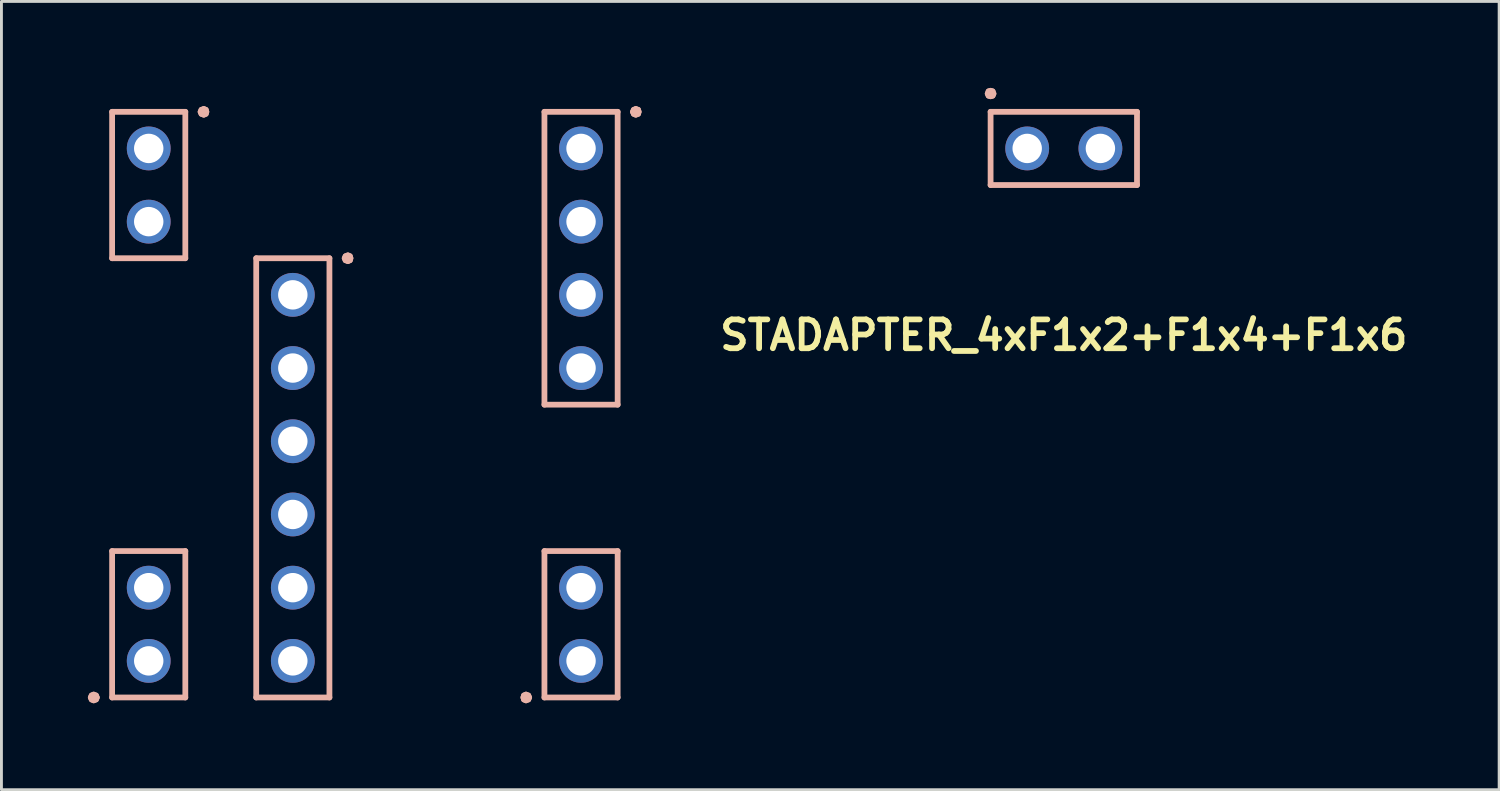
<source format=kicad_pcb>
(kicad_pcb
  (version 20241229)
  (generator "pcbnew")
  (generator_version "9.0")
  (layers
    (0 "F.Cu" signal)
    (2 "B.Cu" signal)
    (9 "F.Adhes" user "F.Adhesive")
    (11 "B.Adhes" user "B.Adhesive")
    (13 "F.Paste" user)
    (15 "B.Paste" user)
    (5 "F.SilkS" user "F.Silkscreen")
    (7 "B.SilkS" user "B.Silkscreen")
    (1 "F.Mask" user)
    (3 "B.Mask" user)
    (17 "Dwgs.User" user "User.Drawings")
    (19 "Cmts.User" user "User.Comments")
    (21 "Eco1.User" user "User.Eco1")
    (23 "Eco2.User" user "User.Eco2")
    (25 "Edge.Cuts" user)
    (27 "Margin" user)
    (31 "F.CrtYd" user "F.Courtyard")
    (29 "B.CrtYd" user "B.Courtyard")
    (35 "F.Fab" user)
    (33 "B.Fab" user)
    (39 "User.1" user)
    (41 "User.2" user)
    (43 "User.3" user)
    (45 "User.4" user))
  (footprint "STADAPTER_4xF1x2+F1x4+F1x6"
    (layer "F.Cu")
    (at 33.86 10.58)
    (property "Reference" "STADAPTER_4xF1x2+F1x4+F1x6" (at 0 -2 0) (layer "F.SilkS") (effects (font (size 1 1) (thickness 0.2))))
    (attr through_hole)
    (fp_line (start -33.76 10.57) (end -33.73 10.64) (stroke (width 0.2) (type solid)) (layer "B.SilkS"))
    (fp_line (start -33.73 10.5) (end -33.76 10.57) (stroke (width 0.2) (type solid)) (layer "B.SilkS"))
    (fp_line (start -33.73 10.64) (end -33.66 10.67) (stroke (width 0.2) (type solid)) (layer "B.SilkS"))
    (fp_line (start -33.66 10.47) (end -33.73 10.5) (stroke (width 0.2) (type solid)) (layer "B.SilkS"))
    (fp_line (start -33.66 10.67) (end -33.58 10.64) (stroke (width 0.2) (type solid)) (layer "B.SilkS"))
    (fp_line (start -33.58 10.5) (end -33.66 10.47) (stroke (width 0.2) (type solid)) (layer "B.SilkS"))
    (fp_line (start -33.58 10.64) (end -33.55 10.57) (stroke (width 0.2) (type solid)) (layer "B.SilkS"))
    (fp_line (start -33.55 10.57) (end -33.58 10.5) (stroke (width 0.2) (type solid)) (layer "B.SilkS"))
    (fp_line (start -33.02 -9.75) (end -33.02 -4.67) (stroke (width 0.2) (type solid)) (layer "B.SilkS"))
    (fp_line (start -33.02 -4.67) (end -30.48 -4.67) (stroke (width 0.2) (type solid)) (layer "B.SilkS"))
    (fp_line (start -33.02 5.49) (end -33.02 10.57) (stroke (width 0.2) (type solid)) (layer "B.SilkS"))
    (fp_line (start -33.02 10.57) (end -30.48 10.57) (stroke (width 0.2) (type solid)) (layer "B.SilkS"))
    (fp_line (start -30.48 -9.75) (end -33.02 -9.75) (stroke (width 0.2) (type solid)) (layer "B.SilkS"))
    (fp_line (start -30.48 -4.67) (end -30.48 -9.75) (stroke (width 0.2) (type solid)) (layer "B.SilkS"))
    (fp_line (start -30.48 5.49) (end -33.02 5.49) (stroke (width 0.2) (type solid)) (layer "B.SilkS"))
    (fp_line (start -30.48 10.57) (end -30.48 5.49) (stroke (width 0.2) (type solid)) (layer "B.SilkS"))
    (fp_line (start -29.95 -9.75) (end -29.92 -9.68) (stroke (width 0.2) (type solid)) (layer "B.SilkS"))
    (fp_line (start -29.92 -9.82) (end -29.95 -9.75) (stroke (width 0.2) (type solid)) (layer "B.SilkS"))
    (fp_line (start -29.92 -9.68) (end -29.84 -9.65) (stroke (width 0.2) (type solid)) (layer "B.SilkS"))
    (fp_line (start -29.84 -9.85) (end -29.92 -9.82) (stroke (width 0.2) (type solid)) (layer "B.SilkS"))
    (fp_line (start -29.84 -9.65) (end -29.77 -9.68) (stroke (width 0.2) (type solid)) (layer "B.SilkS"))
    (fp_line (start -29.77 -9.82) (end -29.84 -9.85) (stroke (width 0.2) (type solid)) (layer "B.SilkS"))
    (fp_line (start -29.77 -9.68) (end -29.75 -9.75) (stroke (width 0.2) (type solid)) (layer "B.SilkS"))
    (fp_line (start -29.75 -9.75) (end -29.77 -9.82) (stroke (width 0.2) (type solid)) (layer "B.SilkS"))
    (fp_line (start -28.02 -4.67) (end -28.02 10.57) (stroke (width 0.2) (type solid)) (layer "B.SilkS"))
    (fp_line (start -28.02 10.57) (end -25.48 10.57) (stroke (width 0.2) (type solid)) (layer "B.SilkS"))
    (fp_line (start -25.48 -4.67) (end -28.02 -4.67) (stroke (width 0.2) (type solid)) (layer "B.SilkS"))
    (fp_line (start -25.48 10.57) (end -25.48 -4.67) (stroke (width 0.2) (type solid)) (layer "B.SilkS"))
    (fp_line (start -24.95 -4.67) (end -24.92 -4.6) (stroke (width 0.2) (type solid)) (layer "B.SilkS"))
    (fp_line (start -24.92 -4.74) (end -24.95 -4.67) (stroke (width 0.2) (type solid)) (layer "B.SilkS"))
    (fp_line (start -24.92 -4.6) (end -24.84 -4.57) (stroke (width 0.2) (type solid)) (layer "B.SilkS"))
    (fp_line (start -24.84 -4.77) (end -24.92 -4.74) (stroke (width 0.2) (type solid)) (layer "B.SilkS"))
    (fp_line (start -24.84 -4.57) (end -24.77 -4.6) (stroke (width 0.2) (type solid)) (layer "B.SilkS"))
    (fp_line (start -24.77 -4.74) (end -24.84 -4.77) (stroke (width 0.2) (type solid)) (layer "B.SilkS"))
    (fp_line (start -24.77 -4.6) (end -24.75 -4.67) (stroke (width 0.2) (type solid)) (layer "B.SilkS"))
    (fp_line (start -24.75 -4.67) (end -24.77 -4.74) (stroke (width 0.2) (type solid)) (layer "B.SilkS"))
    (fp_line (start -18.75 10.57) (end -18.73 10.64) (stroke (width 0.2) (type solid)) (layer "B.SilkS"))
    (fp_line (start -18.73 10.5) (end -18.75 10.57) (stroke (width 0.2) (type solid)) (layer "B.SilkS"))
    (fp_line (start -18.73 10.64) (end -18.66 10.67) (stroke (width 0.2) (type solid)) (layer "B.SilkS"))
    (fp_line (start -18.66 10.47) (end -18.73 10.5) (stroke (width 0.2) (type solid)) (layer "B.SilkS"))
    (fp_line (start -18.66 10.67) (end -18.58 10.64) (stroke (width 0.2) (type solid)) (layer "B.SilkS"))
    (fp_line (start -18.58 10.5) (end -18.66 10.47) (stroke (width 0.2) (type solid)) (layer "B.SilkS"))
    (fp_line (start -18.58 10.64) (end -18.55 10.57) (stroke (width 0.2) (type solid)) (layer "B.SilkS"))
    (fp_line (start -18.55 10.57) (end -18.58 10.5) (stroke (width 0.2) (type solid)) (layer "B.SilkS"))
    (fp_line (start -18.02 -9.75) (end -18.02 0.41) (stroke (width 0.2) (type solid)) (layer "B.SilkS"))
    (fp_line (start -18.02 0.41) (end -15.48 0.41) (stroke (width 0.2) (type solid)) (layer "B.SilkS"))
    (fp_line (start -18.02 5.49) (end -18.02 10.57) (stroke (width 0.2) (type solid)) (layer "B.SilkS"))
    (fp_line (start -18.02 10.57) (end -15.48 10.57) (stroke (width 0.2) (type solid)) (layer "B.SilkS"))
    (fp_line (start -15.48 -9.75) (end -18.02 -9.75) (stroke (width 0.2) (type solid)) (layer "B.SilkS"))
    (fp_line (start -15.48 0.41) (end -15.48 -9.75) (stroke (width 0.2) (type solid)) (layer "B.SilkS"))
    (fp_line (start -15.48 5.49) (end -18.02 5.49) (stroke (width 0.2) (type solid)) (layer "B.SilkS"))
    (fp_line (start -15.48 10.57) (end -15.48 5.49) (stroke (width 0.2) (type solid)) (layer "B.SilkS"))
    (fp_line (start -14.95 -9.75) (end -14.92 -9.68) (stroke (width 0.2) (type solid)) (layer "B.SilkS"))
    (fp_line (start -14.92 -9.82) (end -14.95 -9.75) (stroke (width 0.2) (type solid)) (layer "B.SilkS"))
    (fp_line (start -14.92 -9.68) (end -14.85 -9.65) (stroke (width 0.2) (type solid)) (layer "B.SilkS"))
    (fp_line (start -14.85 -9.85) (end -14.92 -9.82) (stroke (width 0.2) (type solid)) (layer "B.SilkS"))
    (fp_line (start -14.85 -9.65) (end -14.77 -9.68) (stroke (width 0.2) (type solid)) (layer "B.SilkS"))
    (fp_line (start -14.77 -9.82) (end -14.85 -9.85) (stroke (width 0.2) (type solid)) (layer "B.SilkS"))
    (fp_line (start -14.77 -9.68) (end -14.75 -9.75) (stroke (width 0.2) (type solid)) (layer "B.SilkS"))
    (fp_line (start -14.75 -9.75) (end -14.77 -9.82) (stroke (width 0.2) (type solid)) (layer "B.SilkS"))
    (fp_line (start -2.64 -10.38) (end -2.61 -10.31) (stroke (width 0.2) (type solid)) (layer "B.SilkS"))
    (fp_line (start -2.61 -10.46) (end -2.64 -10.38) (stroke (width 0.2) (type solid)) (layer "B.SilkS"))
    (fp_line (start -2.61 -10.31) (end -2.54 -10.29) (stroke (width 0.2) (type solid)) (layer "B.SilkS"))
    (fp_line (start -2.54 -10.48) (end -2.61 -10.46) (stroke (width 0.2) (type solid)) (layer "B.SilkS"))
    (fp_line (start -2.54 -10.29) (end -2.47 -10.31) (stroke (width 0.2) (type solid)) (layer "B.SilkS"))
    (fp_line (start -2.54 -9.75) (end -2.54 -7.21) (stroke (width 0.2) (type solid)) (layer "B.SilkS"))
    (fp_line (start -2.54 -7.21) (end 2.54 -7.21) (stroke (width 0.2) (type solid)) (layer "B.SilkS"))
    (fp_line (start -2.47 -10.46) (end -2.54 -10.48) (stroke (width 0.2) (type solid)) (layer "B.SilkS"))
    (fp_line (start -2.47 -10.31) (end -2.44 -10.38) (stroke (width 0.2) (type solid)) (layer "B.SilkS"))
    (fp_line (start -2.44 -10.38) (end -2.47 -10.46) (stroke (width 0.2) (type solid)) (layer "B.SilkS"))
    (fp_line (start 2.54 -9.75) (end -2.54 -9.75) (stroke (width 0.2) (type solid)) (layer "B.SilkS"))
    (fp_line (start 2.54 -7.21) (end 2.54 -9.75) (stroke (width 0.2) (type solid)) (layer "B.SilkS"))
    (pad "21" thru_hole circle (at -31.75 -8.48) (size 1.52 1.52) (drill 1.02) (layers "*.Cu" "*.Mask"))
    (pad "22" thru_hole circle (at -31.75 -5.94) (size 1.52 1.52) (drill 1.02) (layers "*.Cu" "*.Mask"))
    (pad "41" thru_hole circle (at -16.75 -8.48) (size 1.52 1.52) (drill 1.02) (layers "*.Cu" "*.Mask"))
    (pad "42" thru_hole circle (at -16.75 -5.94) (size 1.52 1.52) (drill 1.02) (layers "*.Cu" "*.Mask"))
    (pad "43" thru_hole circle (at -16.75 -3.4) (size 1.52 1.52) (drill 1.02) (layers "*.Cu" "*.Mask"))
    (pad "44" thru_hole circle (at -16.75 -0.86) (size 1.52 1.52) (drill 1.02) (layers "*.Cu" "*.Mask"))
    (pad "51" thru_hole circle (at -16.75 9.3) (size 1.52 1.52) (drill 1.02) (layers "*.Cu" "*.Mask"))
    (pad "52" thru_hole circle (at -16.75 6.76) (size 1.52 1.52) (drill 1.02) (layers "*.Cu" "*.Mask"))
    (pad "61" thru_hole circle (at -26.75 -3.4) (size 1.52 1.52) (drill 1.02) (layers "*.Cu" "*.Mask"))
    (pad "62" thru_hole circle (at -26.75 -0.86) (size 1.52 1.52) (drill 1.02) (layers "*.Cu" "*.Mask"))
    (pad "63" thru_hole circle (at -26.75 1.68) (size 1.52 1.52) (drill 1.02) (layers "*.Cu" "*.Mask"))
    (pad "64" thru_hole circle (at -26.75 4.22) (size 1.52 1.52) (drill 1.02) (layers "*.Cu" "*.Mask"))
    (pad "65" thru_hole circle (at -26.75 6.76) (size 1.52 1.52) (drill 1.02) (layers "*.Cu" "*.Mask"))
    (pad "66" thru_hole circle (at -26.75 9.3) (size 1.52 1.52) (drill 1.02) (layers "*.Cu" "*.Mask"))
    (pad "101" thru_hole circle (at -1.27 -8.48) (size 1.52 1.52) (drill 1.02) (layers "*.Cu" "*.Mask"))
    (pad "102" thru_hole circle (at 1.27 -8.48) (size 1.52 1.52) (drill 1.02) (layers "*.Cu" "*.Mask"))
    (pad "201" thru_hole circle (at -31.75 9.3) (size 1.52 1.52) (drill 1.02) (layers "*.Cu" "*.Mask"))
    (pad "202" thru_hole circle (at -31.75 6.76) (size 1.52 1.52) (drill 1.02) (layers "*.Cu" "*.Mask")))
  (gr_rect
    (start -3 -3)
    (end 48.965 24.35)
    (stroke (width 0.1) (type default))
    (fill no)
    (layer "Edge.Cuts")))
</source>
